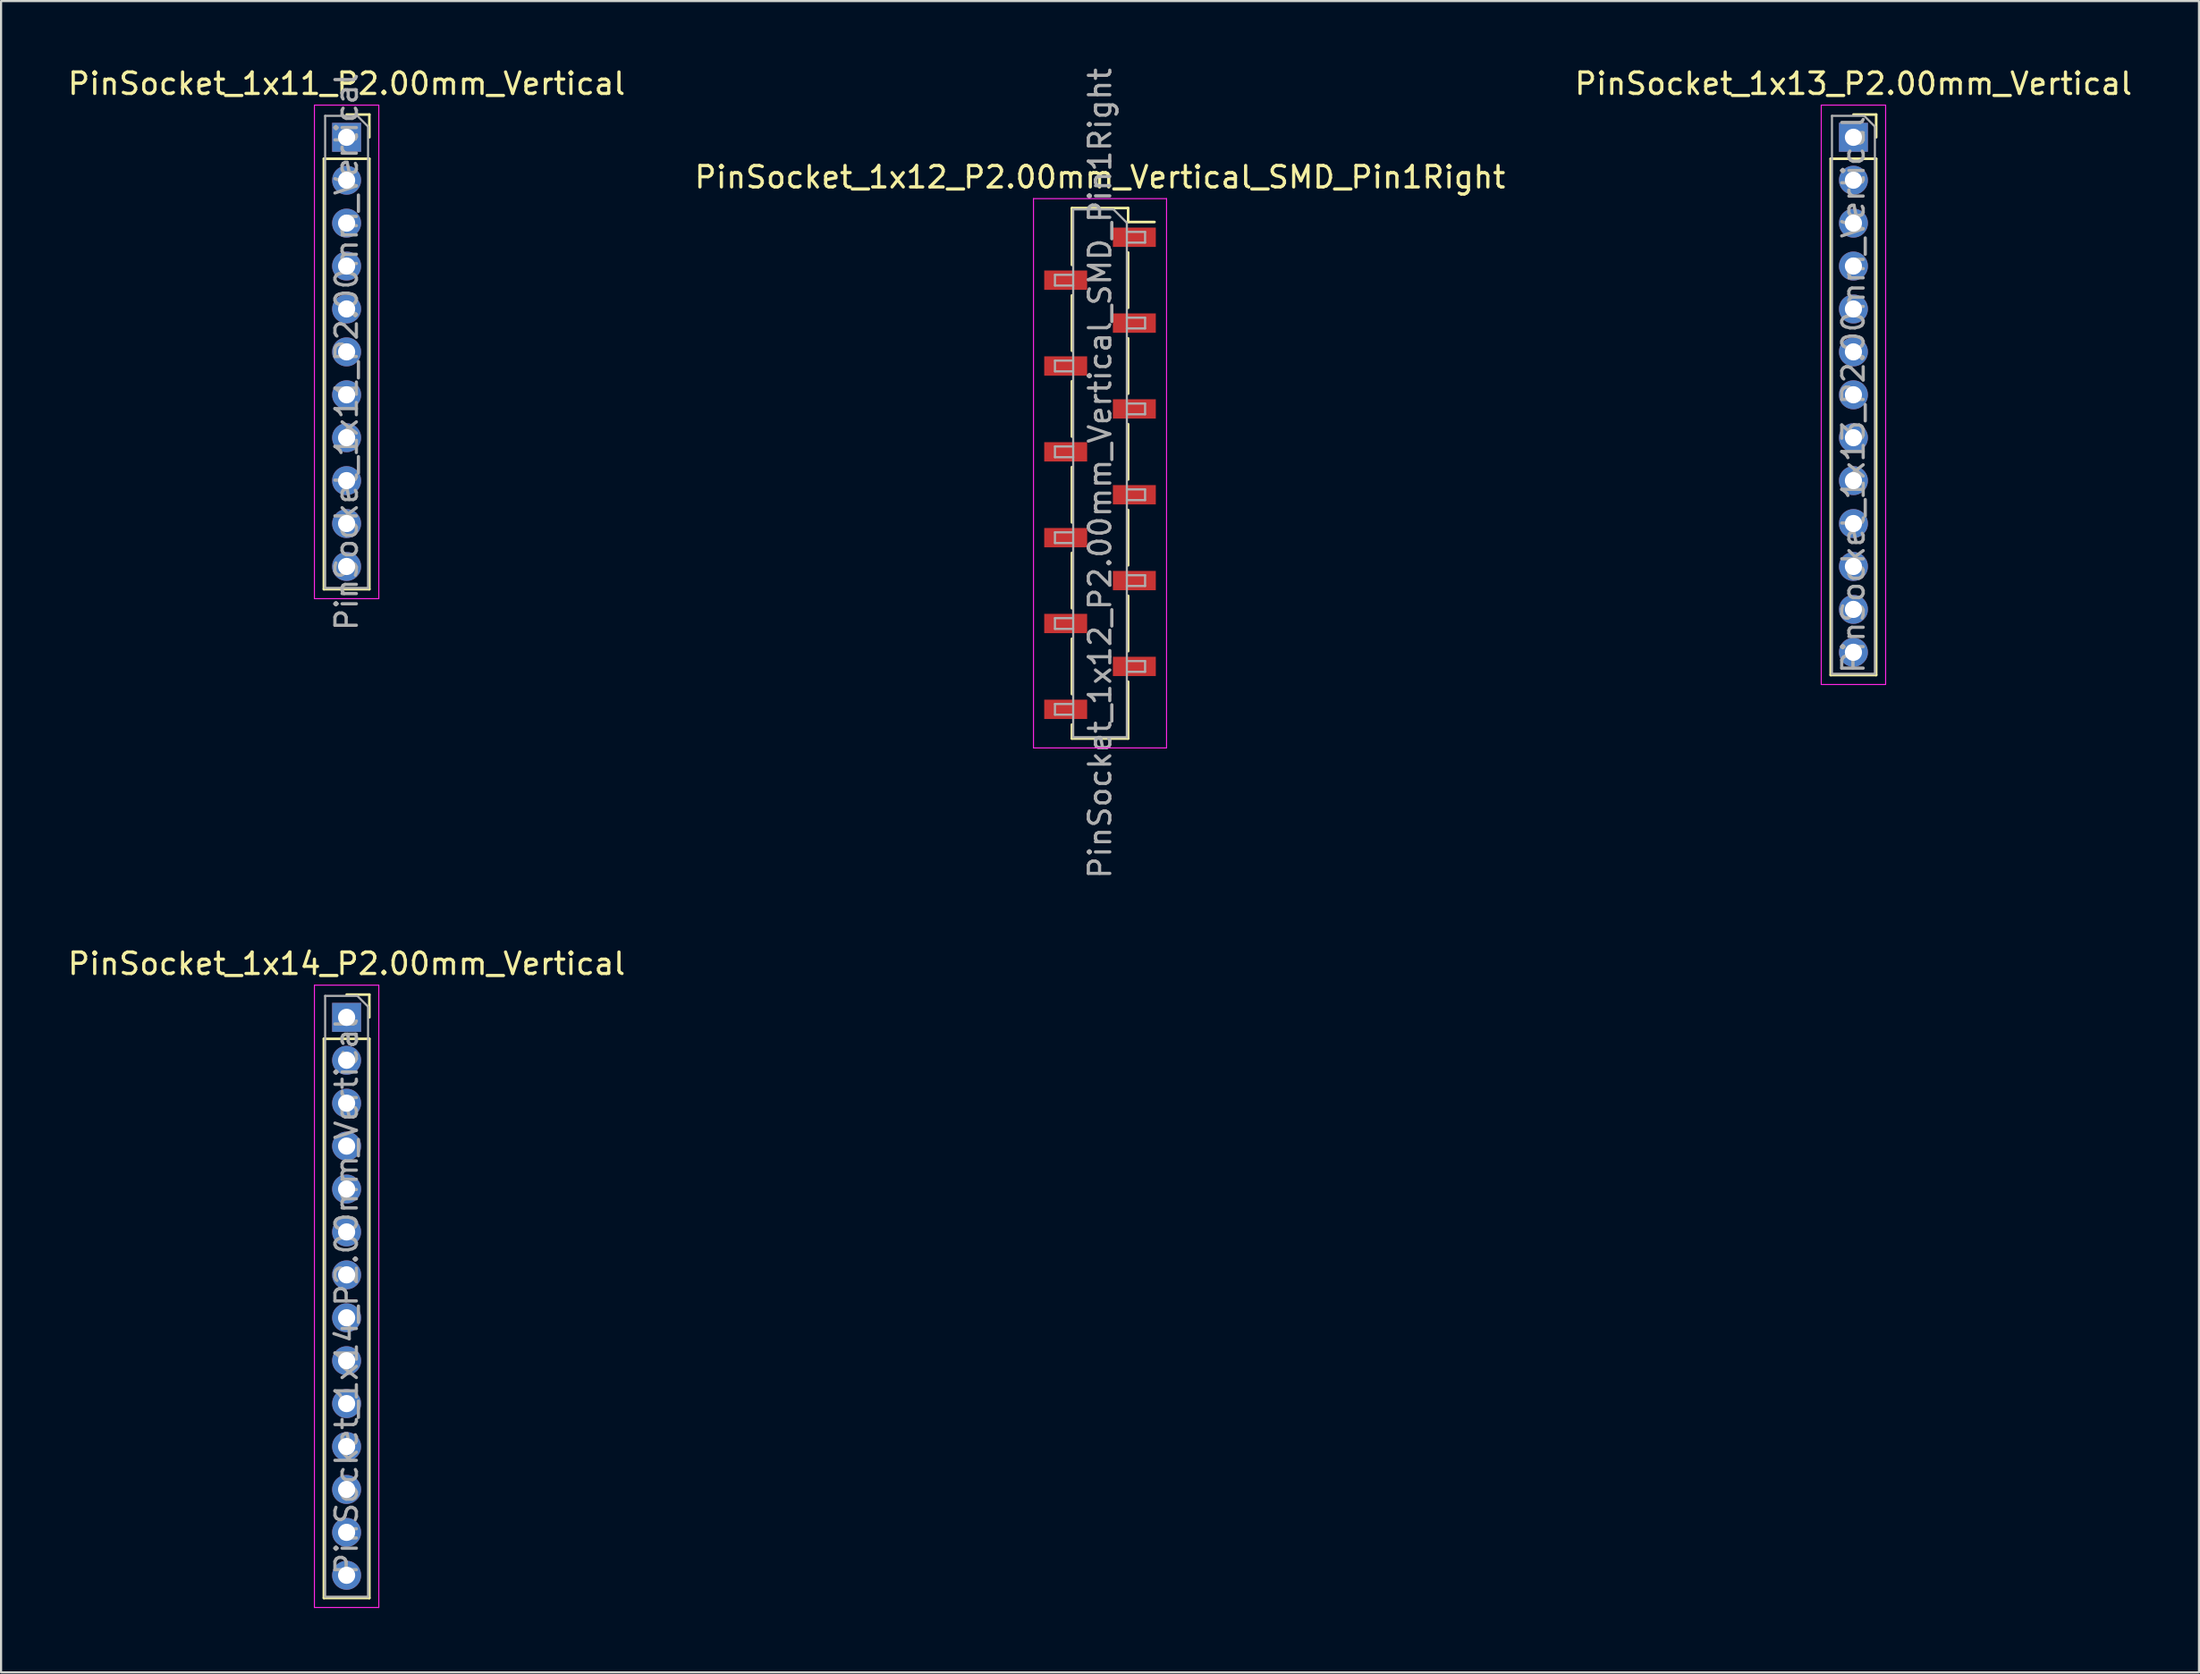
<source format=kicad_pcb>
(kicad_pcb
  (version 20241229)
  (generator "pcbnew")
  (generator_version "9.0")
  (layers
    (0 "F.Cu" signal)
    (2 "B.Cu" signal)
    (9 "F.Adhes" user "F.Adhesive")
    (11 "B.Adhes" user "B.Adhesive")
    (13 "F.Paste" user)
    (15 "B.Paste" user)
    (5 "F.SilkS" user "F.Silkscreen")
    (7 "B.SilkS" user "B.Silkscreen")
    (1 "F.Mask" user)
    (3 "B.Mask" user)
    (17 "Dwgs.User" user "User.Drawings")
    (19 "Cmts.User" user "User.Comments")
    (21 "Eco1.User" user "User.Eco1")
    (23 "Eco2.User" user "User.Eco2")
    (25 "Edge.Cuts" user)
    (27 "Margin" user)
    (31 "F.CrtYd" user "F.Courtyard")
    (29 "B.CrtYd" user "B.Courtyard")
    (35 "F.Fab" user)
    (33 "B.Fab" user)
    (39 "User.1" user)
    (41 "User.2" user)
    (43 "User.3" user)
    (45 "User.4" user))
  (footprint "PinSocket_1x12_P2.00mm_Vertical_SMD_Pin1Right"
    (layer "F.Cu")
    (at 48.208 19.006)
    (property "Reference" "PinSocket_1x12_P2.00mm_Vertical_SMD_Pin1Right" (at 0 -13.8 0) (layer "F.SilkS") (effects (font (size 1 1) (thickness 0.15))))
    (attr smd)
    (fp_line (start -1.31 -12.36) (end -1.31 -9.71) (stroke (width 0.12) (type solid)) (layer "F.SilkS"))
    (fp_line (start -1.31 -12.36) (end 1.31 -12.36) (stroke (width 0.12) (type solid)) (layer "F.SilkS"))
    (fp_line (start -1.31 -8.29) (end -1.31 -5.71) (stroke (width 0.12) (type solid)) (layer "F.SilkS"))
    (fp_line (start -1.31 -4.29) (end -1.31 -1.71) (stroke (width 0.12) (type solid)) (layer "F.SilkS"))
    (fp_line (start -1.31 -0.29) (end -1.31 2.29) (stroke (width 0.12) (type solid)) (layer "F.SilkS"))
    (fp_line (start -1.31 3.71) (end -1.31 6.29) (stroke (width 0.12) (type solid)) (layer "F.SilkS"))
    (fp_line (start -1.31 7.71) (end -1.31 10.29) (stroke (width 0.12) (type solid)) (layer "F.SilkS"))
    (fp_line (start -1.31 11.71) (end -1.31 12.36) (stroke (width 0.12) (type solid)) (layer "F.SilkS"))
    (fp_line (start -1.31 12.36) (end 1.31 12.36) (stroke (width 0.12) (type solid)) (layer "F.SilkS"))
    (fp_line (start 1.31 -12.36) (end 1.31 -11.71) (stroke (width 0.12) (type solid)) (layer "F.SilkS"))
    (fp_line (start 1.31 -11.71) (end 2.54 -11.71) (stroke (width 0.12) (type solid)) (layer "F.SilkS"))
    (fp_line (start 1.31 -10.29) (end 1.31 -7.71) (stroke (width 0.12) (type solid)) (layer "F.SilkS"))
    (fp_line (start 1.31 -6.29) (end 1.31 -3.71) (stroke (width 0.12) (type solid)) (layer "F.SilkS"))
    (fp_line (start 1.31 -2.29) (end 1.31 0.29) (stroke (width 0.12) (type solid)) (layer "F.SilkS"))
    (fp_line (start 1.31 1.71) (end 1.31 4.29) (stroke (width 0.12) (type solid)) (layer "F.SilkS"))
    (fp_line (start 1.31 5.71) (end 1.31 8.29) (stroke (width 0.12) (type solid)) (layer "F.SilkS"))
    (fp_line (start 1.31 9.71) (end 1.31 12.36) (stroke (width 0.12) (type solid)) (layer "F.SilkS"))
    (fp_line (start -3.1 -12.8) (end 3.1 -12.8) (stroke (width 0.05) (type solid)) (layer "F.CrtYd"))
    (fp_line (start -3.1 12.8) (end -3.1 -12.8) (stroke (width 0.05) (type solid)) (layer "F.CrtYd"))
    (fp_line (start 3.1 -12.8) (end 3.1 12.8) (stroke (width 0.05) (type solid)) (layer "F.CrtYd"))
    (fp_line (start 3.1 12.8) (end -3.1 12.8) (stroke (width 0.05) (type solid)) (layer "F.CrtYd"))
    (fp_line (start -2.1 -9.25) (end -1.25 -9.25) (stroke (width 0.1) (type solid)) (layer "F.Fab"))
    (fp_line (start -2.1 -8.75) (end -2.1 -9.25) (stroke (width 0.1) (type solid)) (layer "F.Fab"))
    (fp_line (start -2.1 -5.25) (end -1.25 -5.25) (stroke (width 0.1) (type solid)) (layer "F.Fab"))
    (fp_line (start -2.1 -4.75) (end -2.1 -5.25) (stroke (width 0.1) (type solid)) (layer "F.Fab"))
    (fp_line (start -2.1 -1.25) (end -1.25 -1.25) (stroke (width 0.1) (type solid)) (layer "F.Fab"))
    (fp_line (start -2.1 -0.75) (end -2.1 -1.25) (stroke (width 0.1) (type solid)) (layer "F.Fab"))
    (fp_line (start -2.1 2.75) (end -1.25 2.75) (stroke (width 0.1) (type solid)) (layer "F.Fab"))
    (fp_line (start -2.1 3.25) (end -2.1 2.75) (stroke (width 0.1) (type solid)) (layer "F.Fab"))
    (fp_line (start -2.1 6.75) (end -1.25 6.75) (stroke (width 0.1) (type solid)) (layer "F.Fab"))
    (fp_line (start -2.1 7.25) (end -2.1 6.75) (stroke (width 0.1) (type solid)) (layer "F.Fab"))
    (fp_line (start -2.1 10.75) (end -1.25 10.75) (stroke (width 0.1) (type solid)) (layer "F.Fab"))
    (fp_line (start -2.1 11.25) (end -2.1 10.75) (stroke (width 0.1) (type solid)) (layer "F.Fab"))
    (fp_line (start -1.25 -12.3) (end 0.625 -12.3) (stroke (width 0.1) (type solid)) (layer "F.Fab"))
    (fp_line (start -1.25 -8.75) (end -2.1 -8.75) (stroke (width 0.1) (type solid)) (layer "F.Fab"))
    (fp_line (start -1.25 -4.75) (end -2.1 -4.75) (stroke (width 0.1) (type solid)) (layer "F.Fab"))
    (fp_line (start -1.25 -0.75) (end -2.1 -0.75) (stroke (width 0.1) (type solid)) (layer "F.Fab"))
    (fp_line (start -1.25 3.25) (end -2.1 3.25) (stroke (width 0.1) (type solid)) (layer "F.Fab"))
    (fp_line (start -1.25 7.25) (end -2.1 7.25) (stroke (width 0.1) (type solid)) (layer "F.Fab"))
    (fp_line (start -1.25 11.25) (end -2.1 11.25) (stroke (width 0.1) (type solid)) (layer "F.Fab"))
    (fp_line (start -1.25 12.3) (end -1.25 -12.3) (stroke (width 0.1) (type solid)) (layer "F.Fab"))
    (fp_line (start 0.625 -12.3) (end 1.25 -11.675) (stroke (width 0.1) (type solid)) (layer "F.Fab"))
    (fp_line (start 1.25 -11.675) (end 1.25 12.3) (stroke (width 0.1) (type solid)) (layer "F.Fab"))
    (fp_line (start 1.25 -11.25) (end 2.1 -11.25) (stroke (width 0.1) (type solid)) (layer "F.Fab"))
    (fp_line (start 1.25 -7.25) (end 2.1 -7.25) (stroke (width 0.1) (type solid)) (layer "F.Fab"))
    (fp_line (start 1.25 -3.25) (end 2.1 -3.25) (stroke (width 0.1) (type solid)) (layer "F.Fab"))
    (fp_line (start 1.25 0.75) (end 2.1 0.75) (stroke (width 0.1) (type solid)) (layer "F.Fab"))
    (fp_line (start 1.25 4.75) (end 2.1 4.75) (stroke (width 0.1) (type solid)) (layer "F.Fab"))
    (fp_line (start 1.25 8.75) (end 2.1 8.75) (stroke (width 0.1) (type solid)) (layer "F.Fab"))
    (fp_line (start 1.25 12.3) (end -1.25 12.3) (stroke (width 0.1) (type solid)) (layer "F.Fab"))
    (fp_line (start 2.1 -11.25) (end 2.1 -10.75) (stroke (width 0.1) (type solid)) (layer "F.Fab"))
    (fp_line (start 2.1 -10.75) (end 1.25 -10.75) (stroke (width 0.1) (type solid)) (layer "F.Fab"))
    (fp_line (start 2.1 -7.25) (end 2.1 -6.75) (stroke (width 0.1) (type solid)) (layer "F.Fab"))
    (fp_line (start 2.1 -6.75) (end 1.25 -6.75) (stroke (width 0.1) (type solid)) (layer "F.Fab"))
    (fp_line (start 2.1 -3.25) (end 2.1 -2.75) (stroke (width 0.1) (type solid)) (layer "F.Fab"))
    (fp_line (start 2.1 -2.75) (end 1.25 -2.75) (stroke (width 0.1) (type solid)) (layer "F.Fab"))
    (fp_line (start 2.1 0.75) (end 2.1 1.25) (stroke (width 0.1) (type solid)) (layer "F.Fab"))
    (fp_line (start 2.1 1.25) (end 1.25 1.25) (stroke (width 0.1) (type solid)) (layer "F.Fab"))
    (fp_line (start 2.1 4.75) (end 2.1 5.25) (stroke (width 0.1) (type solid)) (layer "F.Fab"))
    (fp_line (start 2.1 5.25) (end 1.25 5.25) (stroke (width 0.1) (type solid)) (layer "F.Fab"))
    (fp_line (start 2.1 8.75) (end 2.1 9.25) (stroke (width 0.1) (type solid)) (layer "F.Fab"))
    (fp_line (start 2.1 9.25) (end 1.25 9.25) (stroke (width 0.1) (type solid)) (layer "F.Fab"))
    (fp_text user "${REFERENCE}" (at 0 0 90) (layer "F.Fab") (effects (font (size 1 1) (thickness 0.15))))
    (pad "1" smd rect (at 1.6 -11) (size 2 0.9) (layers "F.Cu" "F.Mask" "F.Paste"))
    (pad "2" smd rect (at -1.6 -9) (size 2 0.9) (layers "F.Cu" "F.Mask" "F.Paste"))
    (pad "3" smd rect (at 1.6 -7) (size 2 0.9) (layers "F.Cu" "F.Mask" "F.Paste"))
    (pad "4" smd rect (at -1.6 -5) (size 2 0.9) (layers "F.Cu" "F.Mask" "F.Paste"))
    (pad "5" smd rect (at 1.6 -3) (size 2 0.9) (layers "F.Cu" "F.Mask" "F.Paste"))
    (pad "6" smd rect (at -1.6 -1) (size 2 0.9) (layers "F.Cu" "F.Mask" "F.Paste"))
    (pad "7" smd rect (at 1.6 1) (size 2 0.9) (layers "F.Cu" "F.Mask" "F.Paste"))
    (pad "8" smd rect (at -1.6 3) (size 2 0.9) (layers "F.Cu" "F.Mask" "F.Paste"))
    (pad "9" smd rect (at 1.6 5) (size 2 0.9) (layers "F.Cu" "F.Mask" "F.Paste"))
    (pad "10" smd rect (at -1.6 7) (size 2 0.9) (layers "F.Cu" "F.Mask" "F.Paste"))
    (pad "11" smd rect (at 1.6 9) (size 2 0.9) (layers "F.Cu" "F.Mask" "F.Paste"))
    (pad "12" smd rect (at -1.6 11) (size 2 0.9) (layers "F.Cu" "F.Mask" "F.Paste")))
  (footprint "PinSocket_1x11_P2.00mm_Vertical"
    (layer "F.Cu")
    (at 13.101 3.348)
    (property "Reference" "PinSocket_1x11_P2.00mm_Vertical" (at 0 -2.5 0) (layer "F.SilkS") (effects (font (size 1 1) (thickness 0.15))))
    (attr through_hole)
    (fp_line (start -1.06 1) (end -1.06 21.06) (stroke (width 0.12) (type solid)) (layer "F.SilkS"))
    (fp_line (start -1.06 1) (end 1.06 1) (stroke (width 0.12) (type solid)) (layer "F.SilkS"))
    (fp_line (start -1.06 21.06) (end 1.06 21.06) (stroke (width 0.12) (type solid)) (layer "F.SilkS"))
    (fp_line (start 0 -1.06) (end 1.06 -1.06) (stroke (width 0.12) (type solid)) (layer "F.SilkS"))
    (fp_line (start 1.06 -1.06) (end 1.06 0) (stroke (width 0.12) (type solid)) (layer "F.SilkS"))
    (fp_line (start 1.06 1) (end 1.06 21.06) (stroke (width 0.12) (type solid)) (layer "F.SilkS"))
    (fp_line (start -1.5 -1.5) (end 1.5 -1.5) (stroke (width 0.05) (type solid)) (layer "F.CrtYd"))
    (fp_line (start -1.5 21.5) (end -1.5 -1.5) (stroke (width 0.05) (type solid)) (layer "F.CrtYd"))
    (fp_line (start 1.5 -1.5) (end 1.5 21.5) (stroke (width 0.05) (type solid)) (layer "F.CrtYd"))
    (fp_line (start 1.5 21.5) (end -1.5 21.5) (stroke (width 0.05) (type solid)) (layer "F.CrtYd"))
    (fp_line (start -1 -1) (end 0.5 -1) (stroke (width 0.1) (type solid)) (layer "F.Fab"))
    (fp_line (start -1 21) (end -1 -1) (stroke (width 0.1) (type solid)) (layer "F.Fab"))
    (fp_line (start 0.5 -1) (end 1 -0.5) (stroke (width 0.1) (type solid)) (layer "F.Fab"))
    (fp_line (start 1 -0.5) (end 1 21) (stroke (width 0.1) (type solid)) (layer "F.Fab"))
    (fp_line (start 1 21) (end -1 21) (stroke (width 0.1) (type solid)) (layer "F.Fab"))
    (fp_text user "${REFERENCE}" (at 0 10 90) (layer "F.Fab") (effects (font (size 1 1) (thickness 0.15))))
    (pad "1" thru_hole rect (at 0 0) (size 1.35 1.35) (drill 0.8) (layers "*.Cu" "*.Mask"))
    (pad "2" thru_hole oval (at 0 2) (size 1.35 1.35) (drill 0.8) (layers "*.Cu" "*.Mask"))
    (pad "3" thru_hole oval (at 0 4) (size 1.35 1.35) (drill 0.8) (layers "*.Cu" "*.Mask"))
    (pad "4" thru_hole oval (at 0 6) (size 1.35 1.35) (drill 0.8) (layers "*.Cu" "*.Mask"))
    (pad "5" thru_hole oval (at 0 8) (size 1.35 1.35) (drill 0.8) (layers "*.Cu" "*.Mask"))
    (pad "6" thru_hole oval (at 0 10) (size 1.35 1.35) (drill 0.8) (layers "*.Cu" "*.Mask"))
    (pad "7" thru_hole oval (at 0 12) (size 1.35 1.35) (drill 0.8) (layers "*.Cu" "*.Mask"))
    (pad "8" thru_hole oval (at 0 14) (size 1.35 1.35) (drill 0.8) (layers "*.Cu" "*.Mask"))
    (pad "9" thru_hole oval (at 0 16) (size 1.35 1.35) (drill 0.8) (layers "*.Cu" "*.Mask"))
    (pad "10" thru_hole oval (at 0 18) (size 1.35 1.35) (drill 0.8) (layers "*.Cu" "*.Mask"))
    (pad "11" thru_hole oval (at 0 20) (size 1.35 1.35) (drill 0.8) (layers "*.Cu" "*.Mask")))
  (footprint "PinSocket_1x13_P2.00mm_Vertical"
    (layer "F.Cu")
    (at 83.315 3.348)
    (property "Reference" "PinSocket_1x13_P2.00mm_Vertical" (at 0 -2.5 0) (layer "F.SilkS") (effects (font (size 1 1) (thickness 0.15))))
    (attr through_hole)
    (fp_line (start -1.06 1) (end -1.06 25.06) (stroke (width 0.12) (type solid)) (layer "F.SilkS"))
    (fp_line (start -1.06 1) (end 1.06 1) (stroke (width 0.12) (type solid)) (layer "F.SilkS"))
    (fp_line (start -1.06 25.06) (end 1.06 25.06) (stroke (width 0.12) (type solid)) (layer "F.SilkS"))
    (fp_line (start 0 -1.06) (end 1.06 -1.06) (stroke (width 0.12) (type solid)) (layer "F.SilkS"))
    (fp_line (start 1.06 -1.06) (end 1.06 0) (stroke (width 0.12) (type solid)) (layer "F.SilkS"))
    (fp_line (start 1.06 1) (end 1.06 25.06) (stroke (width 0.12) (type solid)) (layer "F.SilkS"))
    (fp_line (start -1.5 -1.5) (end 1.5 -1.5) (stroke (width 0.05) (type solid)) (layer "F.CrtYd"))
    (fp_line (start -1.5 25.5) (end -1.5 -1.5) (stroke (width 0.05) (type solid)) (layer "F.CrtYd"))
    (fp_line (start 1.5 -1.5) (end 1.5 25.5) (stroke (width 0.05) (type solid)) (layer "F.CrtYd"))
    (fp_line (start 1.5 25.5) (end -1.5 25.5) (stroke (width 0.05) (type solid)) (layer "F.CrtYd"))
    (fp_line (start -1 -1) (end 0.5 -1) (stroke (width 0.1) (type solid)) (layer "F.Fab"))
    (fp_line (start -1 25) (end -1 -1) (stroke (width 0.1) (type solid)) (layer "F.Fab"))
    (fp_line (start 0.5 -1) (end 1 -0.5) (stroke (width 0.1) (type solid)) (layer "F.Fab"))
    (fp_line (start 1 -0.5) (end 1 25) (stroke (width 0.1) (type solid)) (layer "F.Fab"))
    (fp_line (start 1 25) (end -1 25) (stroke (width 0.1) (type solid)) (layer "F.Fab"))
    (fp_text user "${REFERENCE}" (at 0 12 90) (layer "F.Fab") (effects (font (size 1 1) (thickness 0.15))))
    (pad "1" thru_hole rect (at 0 0) (size 1.35 1.35) (drill 0.8) (layers "*.Cu" "*.Mask"))
    (pad "2" thru_hole oval (at 0 2) (size 1.35 1.35) (drill 0.8) (layers "*.Cu" "*.Mask"))
    (pad "3" thru_hole oval (at 0 4) (size 1.35 1.35) (drill 0.8) (layers "*.Cu" "*.Mask"))
    (pad "4" thru_hole oval (at 0 6) (size 1.35 1.35) (drill 0.8) (layers "*.Cu" "*.Mask"))
    (pad "5" thru_hole oval (at 0 8) (size 1.35 1.35) (drill 0.8) (layers "*.Cu" "*.Mask"))
    (pad "6" thru_hole oval (at 0 10) (size 1.35 1.35) (drill 0.8) (layers "*.Cu" "*.Mask"))
    (pad "7" thru_hole oval (at 0 12) (size 1.35 1.35) (drill 0.8) (layers "*.Cu" "*.Mask"))
    (pad "8" thru_hole oval (at 0 14) (size 1.35 1.35) (drill 0.8) (layers "*.Cu" "*.Mask"))
    (pad "9" thru_hole oval (at 0 16) (size 1.35 1.35) (drill 0.8) (layers "*.Cu" "*.Mask"))
    (pad "10" thru_hole oval (at 0 18) (size 1.35 1.35) (drill 0.8) (layers "*.Cu" "*.Mask"))
    (pad "11" thru_hole oval (at 0 20) (size 1.35 1.35) (drill 0.8) (layers "*.Cu" "*.Mask"))
    (pad "12" thru_hole oval (at 0 22) (size 1.35 1.35) (drill 0.8) (layers "*.Cu" "*.Mask"))
    (pad "13" thru_hole oval (at 0 24) (size 1.35 1.35) (drill 0.8) (layers "*.Cu" "*.Mask")))
  (footprint "PinSocket_1x14_P2.00mm_Vertical"
    (layer "F.Cu")
    (at 13.101 44.36)
    (property "Reference" "PinSocket_1x14_P2.00mm_Vertical" (at 0 -2.5 0) (layer "F.SilkS") (effects (font (size 1 1) (thickness 0.15))))
    (attr through_hole)
    (fp_line (start -1.06 1) (end -1.06 27.06) (stroke (width 0.12) (type solid)) (layer "F.SilkS"))
    (fp_line (start -1.06 1) (end 1.06 1) (stroke (width 0.12) (type solid)) (layer "F.SilkS"))
    (fp_line (start -1.06 27.06) (end 1.06 27.06) (stroke (width 0.12) (type solid)) (layer "F.SilkS"))
    (fp_line (start 0 -1.06) (end 1.06 -1.06) (stroke (width 0.12) (type solid)) (layer "F.SilkS"))
    (fp_line (start 1.06 -1.06) (end 1.06 0) (stroke (width 0.12) (type solid)) (layer "F.SilkS"))
    (fp_line (start 1.06 1) (end 1.06 27.06) (stroke (width 0.12) (type solid)) (layer "F.SilkS"))
    (fp_line (start -1.5 -1.5) (end 1.5 -1.5) (stroke (width 0.05) (type solid)) (layer "F.CrtYd"))
    (fp_line (start -1.5 27.5) (end -1.5 -1.5) (stroke (width 0.05) (type solid)) (layer "F.CrtYd"))
    (fp_line (start 1.5 -1.5) (end 1.5 27.5) (stroke (width 0.05) (type solid)) (layer "F.CrtYd"))
    (fp_line (start 1.5 27.5) (end -1.5 27.5) (stroke (width 0.05) (type solid)) (layer "F.CrtYd"))
    (fp_line (start -1 -1) (end 0.5 -1) (stroke (width 0.1) (type solid)) (layer "F.Fab"))
    (fp_line (start -1 27) (end -1 -1) (stroke (width 0.1) (type solid)) (layer "F.Fab"))
    (fp_line (start 0.5 -1) (end 1 -0.5) (stroke (width 0.1) (type solid)) (layer "F.Fab"))
    (fp_line (start 1 -0.5) (end 1 27) (stroke (width 0.1) (type solid)) (layer "F.Fab"))
    (fp_line (start 1 27) (end -1 27) (stroke (width 0.1) (type solid)) (layer "F.Fab"))
    (fp_text user "${REFERENCE}" (at 0 13 90) (layer "F.Fab") (effects (font (size 1 1) (thickness 0.15))))
    (pad "1" thru_hole rect (at 0 0) (size 1.35 1.35) (drill 0.8) (layers "*.Cu" "*.Mask"))
    (pad "2" thru_hole oval (at 0 2) (size 1.35 1.35) (drill 0.8) (layers "*.Cu" "*.Mask"))
    (pad "3" thru_hole oval (at 0 4) (size 1.35 1.35) (drill 0.8) (layers "*.Cu" "*.Mask"))
    (pad "4" thru_hole oval (at 0 6) (size 1.35 1.35) (drill 0.8) (layers "*.Cu" "*.Mask"))
    (pad "5" thru_hole oval (at 0 8) (size 1.35 1.35) (drill 0.8) (layers "*.Cu" "*.Mask"))
    (pad "6" thru_hole oval (at 0 10) (size 1.35 1.35) (drill 0.8) (layers "*.Cu" "*.Mask"))
    (pad "7" thru_hole oval (at 0 12) (size 1.35 1.35) (drill 0.8) (layers "*.Cu" "*.Mask"))
    (pad "8" thru_hole oval (at 0 14) (size 1.35 1.35) (drill 0.8) (layers "*.Cu" "*.Mask"))
    (pad "9" thru_hole oval (at 0 16) (size 1.35 1.35) (drill 0.8) (layers "*.Cu" "*.Mask"))
    (pad "10" thru_hole oval (at 0 18) (size 1.35 1.35) (drill 0.8) (layers "*.Cu" "*.Mask"))
    (pad "11" thru_hole oval (at 0 20) (size 1.35 1.35) (drill 0.8) (layers "*.Cu" "*.Mask"))
    (pad "12" thru_hole oval (at 0 22) (size 1.35 1.35) (drill 0.8) (layers "*.Cu" "*.Mask"))
    (pad "13" thru_hole oval (at 0 24) (size 1.35 1.35) (drill 0.8) (layers "*.Cu" "*.Mask"))
    (pad "14" thru_hole oval (at 0 26) (size 1.35 1.35) (drill 0.8) (layers "*.Cu" "*.Mask")))
  (gr_rect
    (start -3 -3)
    (end 99.417 74.885)
    (stroke (width 0.1) (type default))
    (fill no)
    (layer "Edge.Cuts")))
</source>
